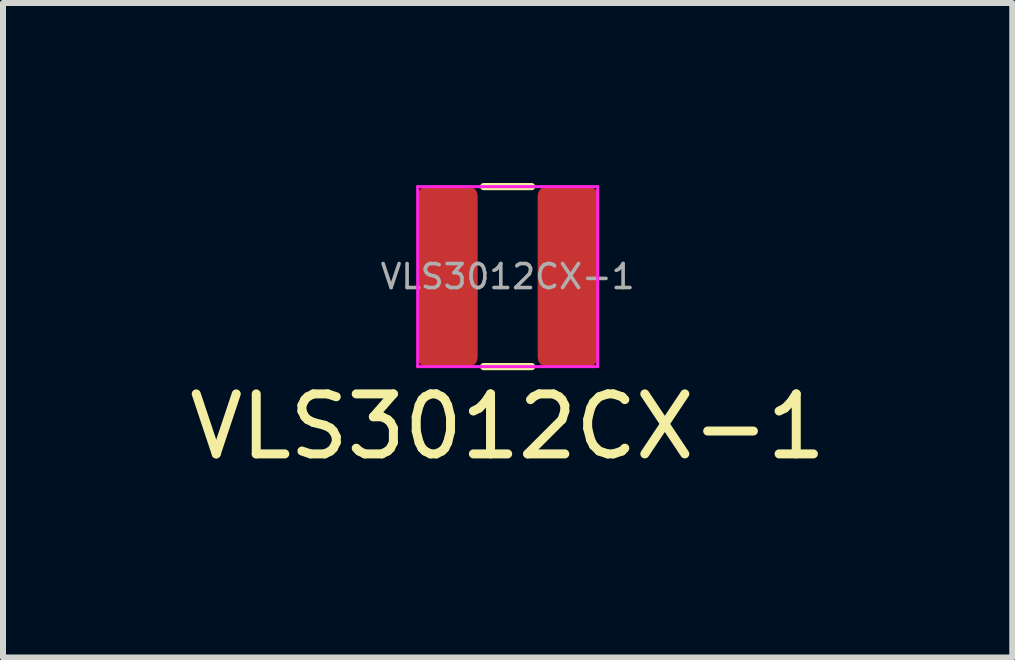
<source format=kicad_pcb>
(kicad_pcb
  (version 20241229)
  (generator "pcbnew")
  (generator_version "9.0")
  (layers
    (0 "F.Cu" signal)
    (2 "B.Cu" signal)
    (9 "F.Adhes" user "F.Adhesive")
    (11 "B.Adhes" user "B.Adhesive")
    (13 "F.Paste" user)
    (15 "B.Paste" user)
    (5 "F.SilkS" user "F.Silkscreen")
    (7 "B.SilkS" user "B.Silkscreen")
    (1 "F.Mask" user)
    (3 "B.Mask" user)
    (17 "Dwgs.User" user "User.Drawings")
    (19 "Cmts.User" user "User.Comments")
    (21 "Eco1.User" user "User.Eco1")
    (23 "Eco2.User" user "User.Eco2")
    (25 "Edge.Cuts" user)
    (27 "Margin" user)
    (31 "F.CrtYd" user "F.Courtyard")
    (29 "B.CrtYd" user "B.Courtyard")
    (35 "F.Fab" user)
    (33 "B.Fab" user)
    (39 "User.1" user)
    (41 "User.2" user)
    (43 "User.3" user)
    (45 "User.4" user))
  (footprint "VLS3012CX-1"
    (layer "F.Cu")
    (at 5.411 1.56)
    (property "Reference" "VLS3012CX-1" (at 0 2.5 0) (layer "F.SilkS") (effects (font (size 1 1) (thickness 0.15))))
    (attr smd)
    (fp_line (start -0.4 -1.5) (end 0.4 -1.5) (stroke (width 0.12) (type solid)) (layer "F.SilkS"))
    (fp_line (start 0.4 1.5) (end -0.4 1.5) (stroke (width 0.12) (type solid)) (layer "F.SilkS"))
    (fp_line (start -1.5 -1.5) (end 1.5 -1.5) (stroke (width 0.05) (type solid)) (layer "F.CrtYd"))
    (fp_line (start -1.5 1.5) (end -1.5 -1.5) (stroke (width 0.05) (type solid)) (layer "F.CrtYd"))
    (fp_line (start 1.5 -1.5) (end 1.5 1.5) (stroke (width 0.05) (type solid)) (layer "F.CrtYd"))
    (fp_line (start 1.5 1.5) (end -1.5 1.5) (stroke (width 0.05) (type solid)) (layer "F.CrtYd"))
    (fp_text user "${REFERENCE}" (at 0 0 0) (layer "F.Fab") (effects (font (size 0.4 0.4) (thickness 0.06))))
    (pad "1" smd roundrect (at -1 0) (size 1 3) (layers "F.Cu" "F.Mask" "F.Paste") (roundrect_rratio 0.15))
    (pad "2" smd roundrect (at 1 0) (size 1 3) (layers "F.Cu" "F.Mask" "F.Paste") (roundrect_rratio 0.15)))
  (gr_rect
    (start -3 -3)
    (end 13.821 7.908)
    (stroke (width 0.1) (type default))
    (fill no)
    (layer "Edge.Cuts")))
</source>
